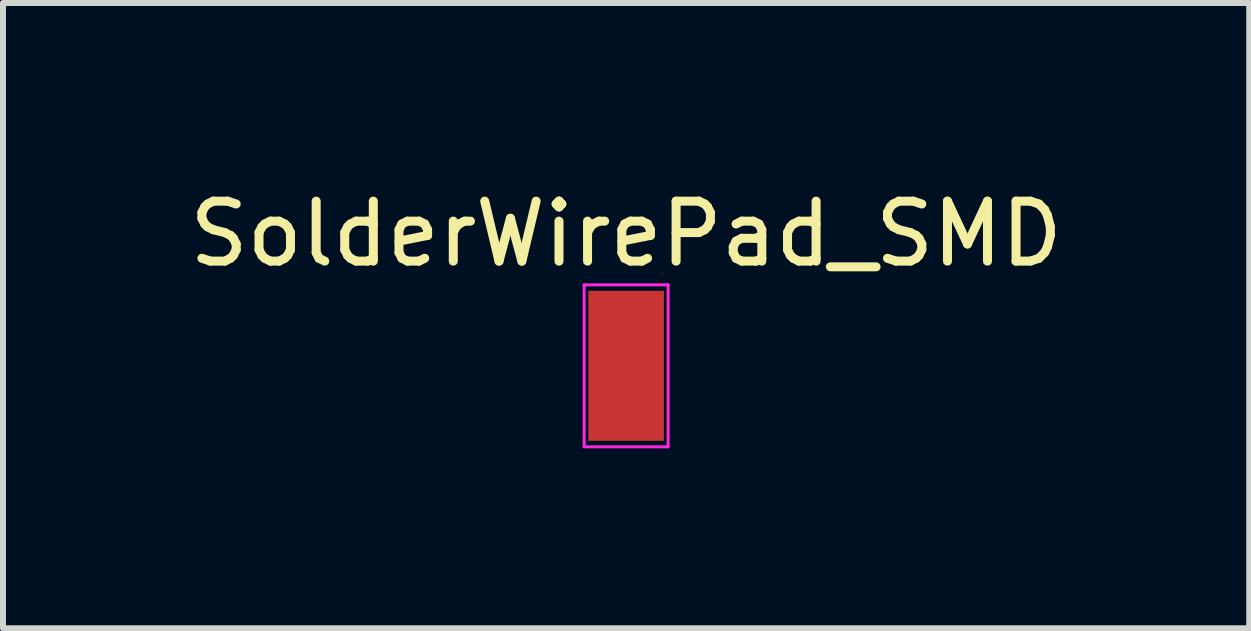
<source format=kicad_pcb>
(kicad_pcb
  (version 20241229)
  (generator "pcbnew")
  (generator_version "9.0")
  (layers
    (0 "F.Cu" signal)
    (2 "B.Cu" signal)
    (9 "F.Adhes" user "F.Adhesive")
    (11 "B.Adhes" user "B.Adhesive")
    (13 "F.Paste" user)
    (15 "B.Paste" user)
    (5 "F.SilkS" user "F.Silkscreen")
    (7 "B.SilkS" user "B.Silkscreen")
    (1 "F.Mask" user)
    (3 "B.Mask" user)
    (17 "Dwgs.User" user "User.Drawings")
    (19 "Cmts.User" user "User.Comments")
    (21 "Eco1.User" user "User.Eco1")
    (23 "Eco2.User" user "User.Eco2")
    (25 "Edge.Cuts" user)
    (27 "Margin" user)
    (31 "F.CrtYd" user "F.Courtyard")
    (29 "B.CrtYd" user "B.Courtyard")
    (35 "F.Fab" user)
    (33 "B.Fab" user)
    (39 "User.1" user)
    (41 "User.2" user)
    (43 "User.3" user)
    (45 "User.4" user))
  (footprint "SolderWirePad_SMD"
    (layer "F.Cu")
    (at 7.387 3.048)
    (property "Reference" "SolderWirePad_SMD" (at 0 -2.2 0) (layer "F.SilkS") (effects (font (size 1 1) (thickness 0.15))))
    (attr smd)
    (fp_line (start -0.7 -1.35) (end -0.7 1.35) (stroke (width 0.05) (type solid)) (layer "F.CrtYd"))
    (fp_line (start -0.7 -1.35) (end 0.7 -1.35) (stroke (width 0.05) (type solid)) (layer "F.CrtYd"))
    (fp_line (start -0.7 1.35) (end 0.7 1.35) (stroke (width 0.05) (type solid)) (layer "F.CrtYd"))
    (fp_line (start 0.7 -1.35) (end 0.7 1.35) (stroke (width 0.05) (type solid)) (layer "F.CrtYd"))
    (pad "1" smd rect (at 0 0) (size 1.26 2.5) (layers "F.Cu" "F.Mask" "F.Paste")))
  (gr_rect
    (start -3 -3)
    (end 17.774 7.423)
    (stroke (width 0.1) (type default))
    (fill no)
    (layer "Edge.Cuts")))
</source>
